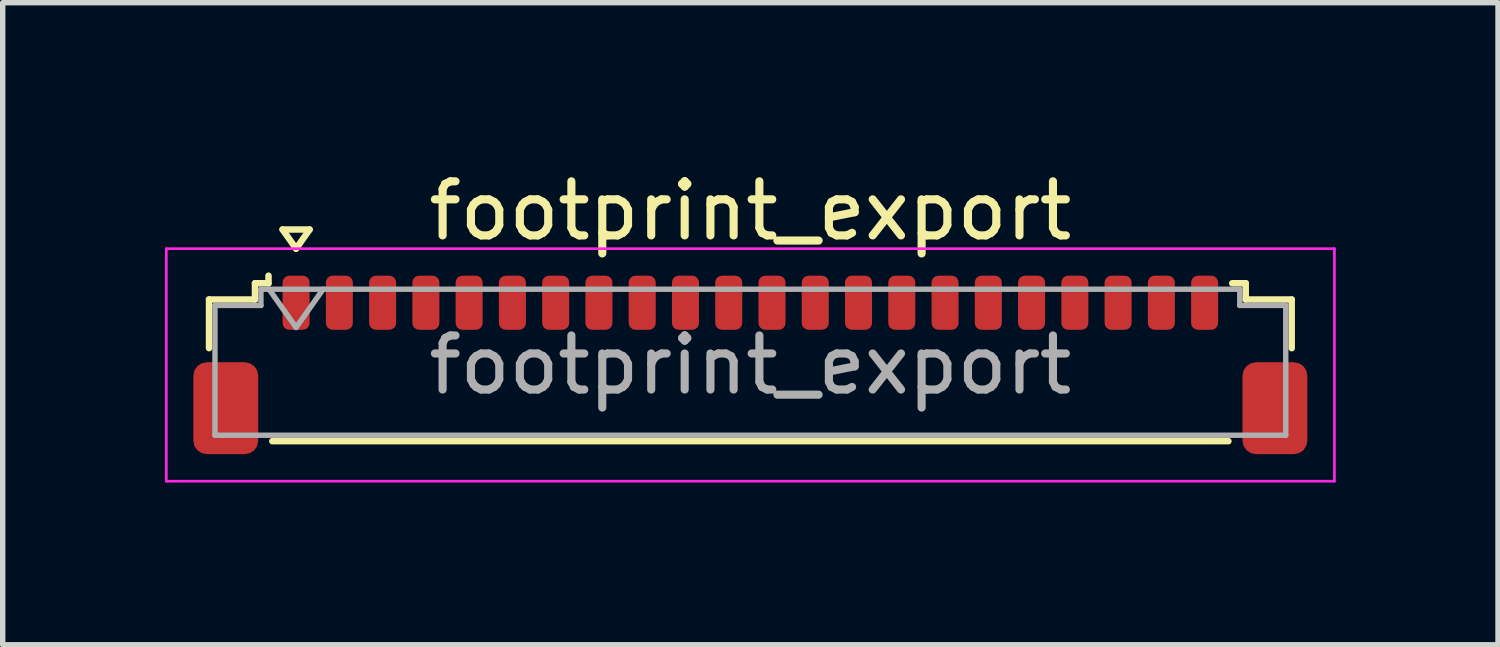
<source format=kicad_pcb>
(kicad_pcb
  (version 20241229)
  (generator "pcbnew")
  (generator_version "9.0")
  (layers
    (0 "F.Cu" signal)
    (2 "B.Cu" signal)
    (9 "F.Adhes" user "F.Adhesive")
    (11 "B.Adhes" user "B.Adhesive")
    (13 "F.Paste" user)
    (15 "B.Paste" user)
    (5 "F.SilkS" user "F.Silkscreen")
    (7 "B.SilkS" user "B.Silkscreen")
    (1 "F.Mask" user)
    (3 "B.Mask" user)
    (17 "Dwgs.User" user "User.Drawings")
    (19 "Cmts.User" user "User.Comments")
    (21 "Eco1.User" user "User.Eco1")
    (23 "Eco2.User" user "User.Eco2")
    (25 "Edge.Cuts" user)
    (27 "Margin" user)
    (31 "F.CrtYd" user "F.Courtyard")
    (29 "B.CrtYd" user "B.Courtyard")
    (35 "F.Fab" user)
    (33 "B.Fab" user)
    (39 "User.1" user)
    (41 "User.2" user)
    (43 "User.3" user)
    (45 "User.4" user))
  (footprint "footprint_export"
    (layer "F.Cu")
    (at 10.825 3.698)
    (property "Reference" "footprint_export" (at 0 -2.85 0) (layer "F.SilkS") (effects (font (size 1 1) (thickness 0.15))))
    (attr smd)
    (fp_line (start -10.01 -1.21) (end -9.16 -1.21) (stroke (width 0.12) (type solid)) (layer "F.SilkS"))
    (fp_line (start -10.01 -0.31) (end -10.01 -1.21) (stroke (width 0.12) (type solid)) (layer "F.SilkS"))
    (fp_line (start -9.16 -1.51) (end -8.91 -1.51) (stroke (width 0.12) (type solid)) (layer "F.SilkS"))
    (fp_line (start -9.16 -1.21) (end -9.16 -1.51) (stroke (width 0.12) (type solid)) (layer "F.SilkS"))
    (fp_line (start -8.91 -1.51) (end -8.91 -1.65) (stroke (width 0.12) (type solid)) (layer "F.SilkS"))
    (fp_line (start -8.84 1.41) (end 8.84 1.41) (stroke (width 0.12) (type solid)) (layer "F.SilkS"))
    (fp_line (start -8.65 -2.504) (end -8.4 -2.15) (stroke (width 0.12) (type solid)) (layer "F.SilkS"))
    (fp_line (start -8.4 -2.15) (end -8.15 -2.504) (stroke (width 0.12) (type solid)) (layer "F.SilkS"))
    (fp_line (start -8.15 -2.504) (end -8.65 -2.504) (stroke (width 0.12) (type solid)) (layer "F.SilkS"))
    (fp_line (start 9.16 -1.51) (end 8.91 -1.51) (stroke (width 0.12) (type solid)) (layer "F.SilkS"))
    (fp_line (start 9.16 -1.21) (end 9.16 -1.51) (stroke (width 0.12) (type solid)) (layer "F.SilkS"))
    (fp_line (start 10.01 -1.21) (end 9.16 -1.21) (stroke (width 0.12) (type solid)) (layer "F.SilkS"))
    (fp_line (start 10.01 -0.31) (end 10.01 -1.21) (stroke (width 0.12) (type solid)) (layer "F.SilkS"))
    (fp_line (start -10.8 -2.15) (end -10.8 2.15) (stroke (width 0.05) (type solid)) (layer "F.CrtYd"))
    (fp_line (start -10.8 2.15) (end 10.8 2.15) (stroke (width 0.05) (type solid)) (layer "F.CrtYd"))
    (fp_line (start 10.8 -2.15) (end -10.8 -2.15) (stroke (width 0.05) (type solid)) (layer "F.CrtYd"))
    (fp_line (start 10.8 2.15) (end 10.8 -2.15) (stroke (width 0.05) (type solid)) (layer "F.CrtYd"))
    (fp_line (start -9.9 -1.1) (end -9.9 1.3) (stroke (width 0.1) (type solid)) (layer "F.Fab"))
    (fp_line (start -9.9 -1.1) (end -9.05 -1.1) (stroke (width 0.1) (type solid)) (layer "F.Fab"))
    (fp_line (start -9.9 1.3) (end 9.9 1.3) (stroke (width 0.1) (type solid)) (layer "F.Fab"))
    (fp_line (start -9.05 -1.4) (end 9.05 -1.4) (stroke (width 0.1) (type solid)) (layer "F.Fab"))
    (fp_line (start -9.05 -1.1) (end -9.05 -1.4) (stroke (width 0.1) (type solid)) (layer "F.Fab"))
    (fp_line (start -8.9 -1.4) (end -8.4 -0.693) (stroke (width 0.1) (type solid)) (layer "F.Fab"))
    (fp_line (start -8.4 -0.693) (end -7.9 -1.4) (stroke (width 0.1) (type solid)) (layer "F.Fab"))
    (fp_line (start 9.05 -1.4) (end 9.05 -1.1) (stroke (width 0.1) (type solid)) (layer "F.Fab"))
    (fp_line (start 9.05 -1.1) (end 9.9 -1.1) (stroke (width 0.1) (type solid)) (layer "F.Fab"))
    (fp_line (start 9.9 -1.1) (end 9.9 1.3) (stroke (width 0.1) (type solid)) (layer "F.Fab"))
    (fp_text user "${REFERENCE}" (at 0 0 0) (layer "F.Fab") (effects (font (size 1 1) (thickness 0.15))))
    (pad "1" smd roundrect (at -8.4 -1.15) (size 0.5 1) (layers "F.Cu" "F.Mask" "F.Paste") (roundrect_rratio 0.25))
    (pad "2" smd roundrect (at -7.6 -1.15) (size 0.5 1) (layers "F.Cu" "F.Mask" "F.Paste") (roundrect_rratio 0.25))
    (pad "3" smd roundrect (at -6.8 -1.15) (size 0.5 1) (layers "F.Cu" "F.Mask" "F.Paste") (roundrect_rratio 0.25))
    (pad "4" smd roundrect (at -6 -1.15) (size 0.5 1) (layers "F.Cu" "F.Mask" "F.Paste") (roundrect_rratio 0.25))
    (pad "5" smd roundrect (at -5.2 -1.15) (size 0.5 1) (layers "F.Cu" "F.Mask" "F.Paste") (roundrect_rratio 0.25))
    (pad "6" smd roundrect (at -4.4 -1.15) (size 0.5 1) (layers "F.Cu" "F.Mask" "F.Paste") (roundrect_rratio 0.25))
    (pad "7" smd roundrect (at -3.6 -1.15) (size 0.5 1) (layers "F.Cu" "F.Mask" "F.Paste") (roundrect_rratio 0.25))
    (pad "8" smd roundrect (at -2.8 -1.15) (size 0.5 1) (layers "F.Cu" "F.Mask" "F.Paste") (roundrect_rratio 0.25))
    (pad "9" smd roundrect (at -2 -1.15) (size 0.5 1) (layers "F.Cu" "F.Mask" "F.Paste") (roundrect_rratio 0.25))
    (pad "10" smd roundrect (at -1.2 -1.15) (size 0.5 1) (layers "F.Cu" "F.Mask" "F.Paste") (roundrect_rratio 0.25))
    (pad "11" smd roundrect (at -0.4 -1.15) (size 0.5 1) (layers "F.Cu" "F.Mask" "F.Paste") (roundrect_rratio 0.25))
    (pad "12" smd roundrect (at 0.4 -1.15) (size 0.5 1) (layers "F.Cu" "F.Mask" "F.Paste") (roundrect_rratio 0.25))
    (pad "13" smd roundrect (at 1.2 -1.15) (size 0.5 1) (layers "F.Cu" "F.Mask" "F.Paste") (roundrect_rratio 0.25))
    (pad "14" smd roundrect (at 2 -1.15) (size 0.5 1) (layers "F.Cu" "F.Mask" "F.Paste") (roundrect_rratio 0.25))
    (pad "15" smd roundrect (at 2.8 -1.15) (size 0.5 1) (layers "F.Cu" "F.Mask" "F.Paste") (roundrect_rratio 0.25))
    (pad "16" smd roundrect (at 3.6 -1.15) (size 0.5 1) (layers "F.Cu" "F.Mask" "F.Paste") (roundrect_rratio 0.25))
    (pad "17" smd roundrect (at 4.4 -1.15) (size 0.5 1) (layers "F.Cu" "F.Mask" "F.Paste") (roundrect_rratio 0.25))
    (pad "18" smd roundrect (at 5.2 -1.15) (size 0.5 1) (layers "F.Cu" "F.Mask" "F.Paste") (roundrect_rratio 0.25))
    (pad "19" smd roundrect (at 6 -1.15) (size 0.5 1) (layers "F.Cu" "F.Mask" "F.Paste") (roundrect_rratio 0.25))
    (pad "20" smd roundrect (at 6.8 -1.15) (size 0.5 1) (layers "F.Cu" "F.Mask" "F.Paste") (roundrect_rratio 0.25))
    (pad "21" smd roundrect (at 7.6 -1.15) (size 0.5 1) (layers "F.Cu" "F.Mask" "F.Paste") (roundrect_rratio 0.25))
    (pad "22" smd roundrect (at 8.4 -1.15) (size 0.5 1) (layers "F.Cu" "F.Mask" "F.Paste") (roundrect_rratio 0.25))
    (pad "MP" smd roundrect (at -9.7 0.8) (size 1.2 1.7) (layers "F.Cu" "F.Mask" "F.Paste") (roundrect_rratio 0.208))
    (pad "MP" smd roundrect (at 9.7 0.8) (size 1.2 1.7) (layers "F.Cu" "F.Mask" "F.Paste") (roundrect_rratio 0.208)))
  (gr_rect
    (start -3 -3)
    (end 24.65 8.873)
    (stroke (width 0.1) (type default))
    (fill no)
    (layer "Edge.Cuts")))
</source>
